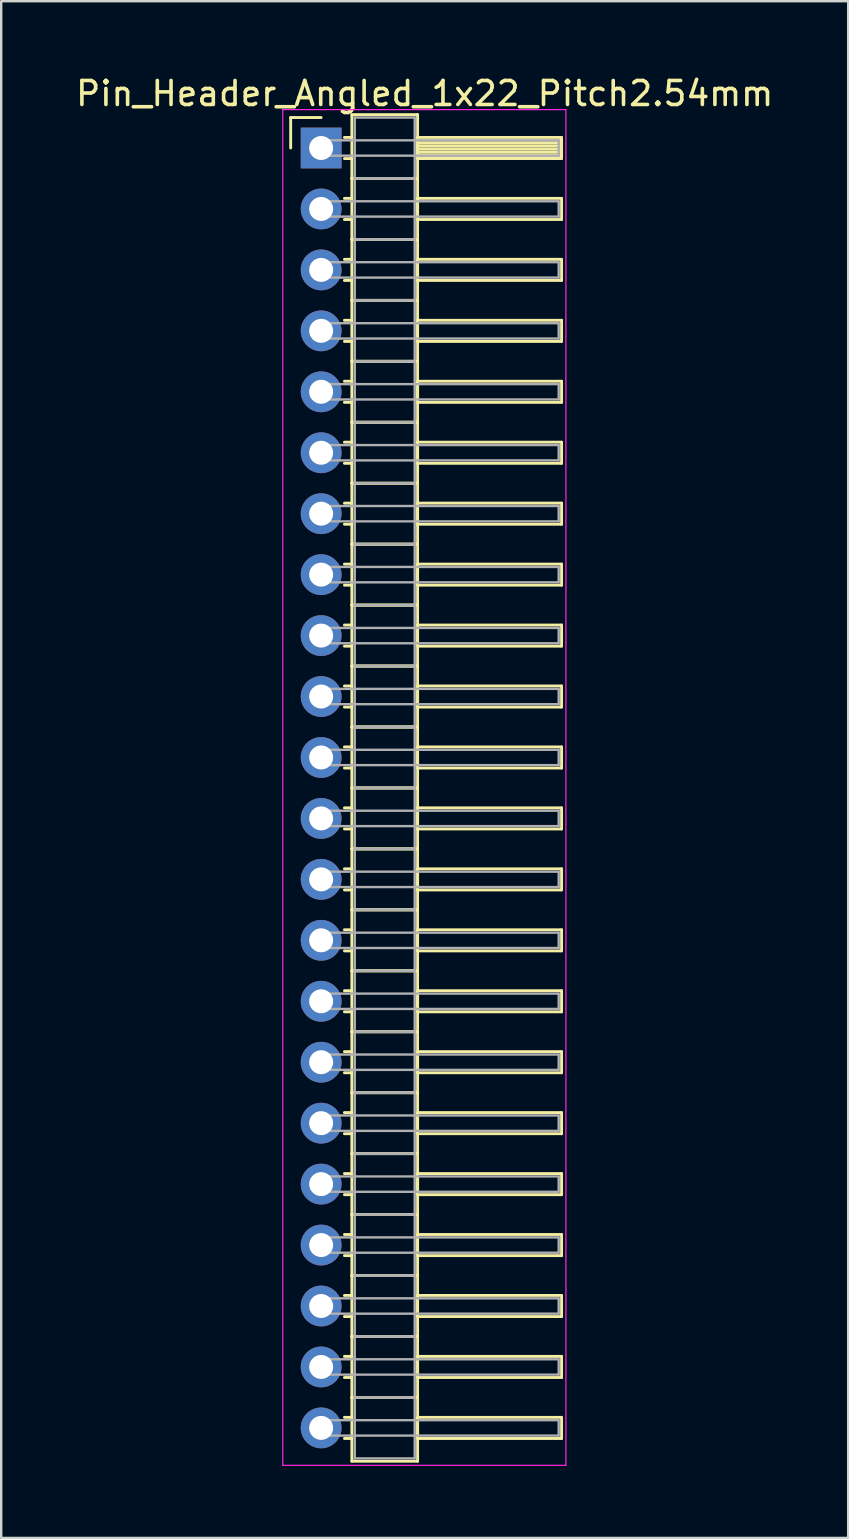
<source format=kicad_pcb>
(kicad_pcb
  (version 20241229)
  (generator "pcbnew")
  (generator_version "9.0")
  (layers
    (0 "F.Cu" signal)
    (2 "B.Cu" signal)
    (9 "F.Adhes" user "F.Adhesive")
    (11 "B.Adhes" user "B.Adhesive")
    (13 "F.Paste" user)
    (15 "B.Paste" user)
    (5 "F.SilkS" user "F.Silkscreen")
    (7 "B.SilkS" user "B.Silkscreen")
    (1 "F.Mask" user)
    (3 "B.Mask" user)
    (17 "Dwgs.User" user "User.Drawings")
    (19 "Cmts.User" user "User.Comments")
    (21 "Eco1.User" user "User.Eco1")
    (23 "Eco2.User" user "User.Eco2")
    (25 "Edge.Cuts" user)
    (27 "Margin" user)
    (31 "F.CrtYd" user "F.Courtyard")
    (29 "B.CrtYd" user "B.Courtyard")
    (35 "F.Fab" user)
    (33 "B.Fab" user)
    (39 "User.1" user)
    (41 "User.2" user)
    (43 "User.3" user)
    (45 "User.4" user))
  (footprint "Pin_Header_Angled_1x22_Pitch2.54mm"
    (layer "F.Cu")
    (at 10.334 3.118)
    (property "Reference" "Pin_Header_Angled_1x22_Pitch2.54mm" (at 4.315 -2.27 0) (layer "F.SilkS") (effects (font (size 1 1) (thickness 0.15))))
    (attr through_hole)
    (fp_line (start -1.27 -1.27) (end 0 -1.27) (stroke (width 0.12) (type solid)) (layer "F.SilkS"))
    (fp_line (start -1.27 0) (end -1.27 -1.27) (stroke (width 0.12) (type solid)) (layer "F.SilkS"))
    (fp_line (start 0.97 -0.44) (end 1.28 -0.44) (stroke (width 0.12) (type solid)) (layer "F.SilkS"))
    (fp_line (start 0.97 0.44) (end 1.28 0.44) (stroke (width 0.12) (type solid)) (layer "F.SilkS"))
    (fp_line (start 0.97 2.1) (end 1.28 2.1) (stroke (width 0.12) (type solid)) (layer "F.SilkS"))
    (fp_line (start 0.97 2.98) (end 1.28 2.98) (stroke (width 0.12) (type solid)) (layer "F.SilkS"))
    (fp_line (start 0.97 4.64) (end 1.28 4.64) (stroke (width 0.12) (type solid)) (layer "F.SilkS"))
    (fp_line (start 0.97 5.52) (end 1.28 5.52) (stroke (width 0.12) (type solid)) (layer "F.SilkS"))
    (fp_line (start 0.97 7.18) (end 1.28 7.18) (stroke (width 0.12) (type solid)) (layer "F.SilkS"))
    (fp_line (start 0.97 8.06) (end 1.28 8.06) (stroke (width 0.12) (type solid)) (layer "F.SilkS"))
    (fp_line (start 0.97 9.72) (end 1.28 9.72) (stroke (width 0.12) (type solid)) (layer "F.SilkS"))
    (fp_line (start 0.97 10.6) (end 1.28 10.6) (stroke (width 0.12) (type solid)) (layer "F.SilkS"))
    (fp_line (start 0.97 12.26) (end 1.28 12.26) (stroke (width 0.12) (type solid)) (layer "F.SilkS"))
    (fp_line (start 0.97 13.14) (end 1.28 13.14) (stroke (width 0.12) (type solid)) (layer "F.SilkS"))
    (fp_line (start 0.97 14.8) (end 1.28 14.8) (stroke (width 0.12) (type solid)) (layer "F.SilkS"))
    (fp_line (start 0.97 15.68) (end 1.28 15.68) (stroke (width 0.12) (type solid)) (layer "F.SilkS"))
    (fp_line (start 0.97 17.34) (end 1.28 17.34) (stroke (width 0.12) (type solid)) (layer "F.SilkS"))
    (fp_line (start 0.97 18.22) (end 1.28 18.22) (stroke (width 0.12) (type solid)) (layer "F.SilkS"))
    (fp_line (start 0.97 19.88) (end 1.28 19.88) (stroke (width 0.12) (type solid)) (layer "F.SilkS"))
    (fp_line (start 0.97 20.76) (end 1.28 20.76) (stroke (width 0.12) (type solid)) (layer "F.SilkS"))
    (fp_line (start 0.97 22.42) (end 1.28 22.42) (stroke (width 0.12) (type solid)) (layer "F.SilkS"))
    (fp_line (start 0.97 23.3) (end 1.28 23.3) (stroke (width 0.12) (type solid)) (layer "F.SilkS"))
    (fp_line (start 0.97 24.96) (end 1.28 24.96) (stroke (width 0.12) (type solid)) (layer "F.SilkS"))
    (fp_line (start 0.97 25.84) (end 1.28 25.84) (stroke (width 0.12) (type solid)) (layer "F.SilkS"))
    (fp_line (start 0.97 27.5) (end 1.28 27.5) (stroke (width 0.12) (type solid)) (layer "F.SilkS"))
    (fp_line (start 0.97 28.38) (end 1.28 28.38) (stroke (width 0.12) (type solid)) (layer "F.SilkS"))
    (fp_line (start 0.97 30.04) (end 1.28 30.04) (stroke (width 0.12) (type solid)) (layer "F.SilkS"))
    (fp_line (start 0.97 30.92) (end 1.28 30.92) (stroke (width 0.12) (type solid)) (layer "F.SilkS"))
    (fp_line (start 0.97 32.58) (end 1.28 32.58) (stroke (width 0.12) (type solid)) (layer "F.SilkS"))
    (fp_line (start 0.97 33.46) (end 1.28 33.46) (stroke (width 0.12) (type solid)) (layer "F.SilkS"))
    (fp_line (start 0.97 35.12) (end 1.28 35.12) (stroke (width 0.12) (type solid)) (layer "F.SilkS"))
    (fp_line (start 0.97 36) (end 1.28 36) (stroke (width 0.12) (type solid)) (layer "F.SilkS"))
    (fp_line (start 0.97 37.66) (end 1.28 37.66) (stroke (width 0.12) (type solid)) (layer "F.SilkS"))
    (fp_line (start 0.97 38.54) (end 1.28 38.54) (stroke (width 0.12) (type solid)) (layer "F.SilkS"))
    (fp_line (start 0.97 40.2) (end 1.28 40.2) (stroke (width 0.12) (type solid)) (layer "F.SilkS"))
    (fp_line (start 0.97 41.08) (end 1.28 41.08) (stroke (width 0.12) (type solid)) (layer "F.SilkS"))
    (fp_line (start 0.97 42.74) (end 1.28 42.74) (stroke (width 0.12) (type solid)) (layer "F.SilkS"))
    (fp_line (start 0.97 43.62) (end 1.28 43.62) (stroke (width 0.12) (type solid)) (layer "F.SilkS"))
    (fp_line (start 0.97 45.28) (end 1.28 45.28) (stroke (width 0.12) (type solid)) (layer "F.SilkS"))
    (fp_line (start 0.97 46.16) (end 1.28 46.16) (stroke (width 0.12) (type solid)) (layer "F.SilkS"))
    (fp_line (start 0.97 47.82) (end 1.28 47.82) (stroke (width 0.12) (type solid)) (layer "F.SilkS"))
    (fp_line (start 0.97 48.7) (end 1.28 48.7) (stroke (width 0.12) (type solid)) (layer "F.SilkS"))
    (fp_line (start 0.97 50.36) (end 1.28 50.36) (stroke (width 0.12) (type solid)) (layer "F.SilkS"))
    (fp_line (start 0.97 51.24) (end 1.28 51.24) (stroke (width 0.12) (type solid)) (layer "F.SilkS"))
    (fp_line (start 0.97 52.9) (end 1.28 52.9) (stroke (width 0.12) (type solid)) (layer "F.SilkS"))
    (fp_line (start 0.97 53.78) (end 1.28 53.78) (stroke (width 0.12) (type solid)) (layer "F.SilkS"))
    (fp_line (start 1.28 -1.39) (end 1.28 1.27) (stroke (width 0.12) (type solid)) (layer "F.SilkS"))
    (fp_line (start 1.28 1.27) (end 1.28 3.81) (stroke (width 0.12) (type solid)) (layer "F.SilkS"))
    (fp_line (start 1.28 1.27) (end 4.02 1.27) (stroke (width 0.12) (type solid)) (layer "F.SilkS"))
    (fp_line (start 1.28 3.81) (end 1.28 6.35) (stroke (width 0.12) (type solid)) (layer "F.SilkS"))
    (fp_line (start 1.28 3.81) (end 4.02 3.81) (stroke (width 0.12) (type solid)) (layer "F.SilkS"))
    (fp_line (start 1.28 6.35) (end 1.28 8.89) (stroke (width 0.12) (type solid)) (layer "F.SilkS"))
    (fp_line (start 1.28 6.35) (end 4.02 6.35) (stroke (width 0.12) (type solid)) (layer "F.SilkS"))
    (fp_line (start 1.28 8.89) (end 1.28 11.43) (stroke (width 0.12) (type solid)) (layer "F.SilkS"))
    (fp_line (start 1.28 8.89) (end 4.02 8.89) (stroke (width 0.12) (type solid)) (layer "F.SilkS"))
    (fp_line (start 1.28 11.43) (end 1.28 13.97) (stroke (width 0.12) (type solid)) (layer "F.SilkS"))
    (fp_line (start 1.28 11.43) (end 4.02 11.43) (stroke (width 0.12) (type solid)) (layer "F.SilkS"))
    (fp_line (start 1.28 13.97) (end 1.28 16.51) (stroke (width 0.12) (type solid)) (layer "F.SilkS"))
    (fp_line (start 1.28 13.97) (end 4.02 13.97) (stroke (width 0.12) (type solid)) (layer "F.SilkS"))
    (fp_line (start 1.28 16.51) (end 1.28 19.05) (stroke (width 0.12) (type solid)) (layer "F.SilkS"))
    (fp_line (start 1.28 16.51) (end 4.02 16.51) (stroke (width 0.12) (type solid)) (layer "F.SilkS"))
    (fp_line (start 1.28 19.05) (end 1.28 21.59) (stroke (width 0.12) (type solid)) (layer "F.SilkS"))
    (fp_line (start 1.28 19.05) (end 4.02 19.05) (stroke (width 0.12) (type solid)) (layer "F.SilkS"))
    (fp_line (start 1.28 21.59) (end 1.28 24.13) (stroke (width 0.12) (type solid)) (layer "F.SilkS"))
    (fp_line (start 1.28 21.59) (end 4.02 21.59) (stroke (width 0.12) (type solid)) (layer "F.SilkS"))
    (fp_line (start 1.28 24.13) (end 1.28 26.67) (stroke (width 0.12) (type solid)) (layer "F.SilkS"))
    (fp_line (start 1.28 24.13) (end 4.02 24.13) (stroke (width 0.12) (type solid)) (layer "F.SilkS"))
    (fp_line (start 1.28 26.67) (end 1.28 29.21) (stroke (width 0.12) (type solid)) (layer "F.SilkS"))
    (fp_line (start 1.28 26.67) (end 4.02 26.67) (stroke (width 0.12) (type solid)) (layer "F.SilkS"))
    (fp_line (start 1.28 29.21) (end 1.28 31.75) (stroke (width 0.12) (type solid)) (layer "F.SilkS"))
    (fp_line (start 1.28 29.21) (end 4.02 29.21) (stroke (width 0.12) (type solid)) (layer "F.SilkS"))
    (fp_line (start 1.28 31.75) (end 1.28 34.29) (stroke (width 0.12) (type solid)) (layer "F.SilkS"))
    (fp_line (start 1.28 31.75) (end 4.02 31.75) (stroke (width 0.12) (type solid)) (layer "F.SilkS"))
    (fp_line (start 1.28 34.29) (end 1.28 36.83) (stroke (width 0.12) (type solid)) (layer "F.SilkS"))
    (fp_line (start 1.28 34.29) (end 4.02 34.29) (stroke (width 0.12) (type solid)) (layer "F.SilkS"))
    (fp_line (start 1.28 36.83) (end 1.28 39.37) (stroke (width 0.12) (type solid)) (layer "F.SilkS"))
    (fp_line (start 1.28 36.83) (end 4.02 36.83) (stroke (width 0.12) (type solid)) (layer "F.SilkS"))
    (fp_line (start 1.28 39.37) (end 1.28 41.91) (stroke (width 0.12) (type solid)) (layer "F.SilkS"))
    (fp_line (start 1.28 39.37) (end 4.02 39.37) (stroke (width 0.12) (type solid)) (layer "F.SilkS"))
    (fp_line (start 1.28 41.91) (end 1.28 44.45) (stroke (width 0.12) (type solid)) (layer "F.SilkS"))
    (fp_line (start 1.28 41.91) (end 4.02 41.91) (stroke (width 0.12) (type solid)) (layer "F.SilkS"))
    (fp_line (start 1.28 44.45) (end 1.28 46.99) (stroke (width 0.12) (type solid)) (layer "F.SilkS"))
    (fp_line (start 1.28 44.45) (end 4.02 44.45) (stroke (width 0.12) (type solid)) (layer "F.SilkS"))
    (fp_line (start 1.28 46.99) (end 1.28 49.53) (stroke (width 0.12) (type solid)) (layer "F.SilkS"))
    (fp_line (start 1.28 46.99) (end 4.02 46.99) (stroke (width 0.12) (type solid)) (layer "F.SilkS"))
    (fp_line (start 1.28 49.53) (end 1.28 52.07) (stroke (width 0.12) (type solid)) (layer "F.SilkS"))
    (fp_line (start 1.28 49.53) (end 4.02 49.53) (stroke (width 0.12) (type solid)) (layer "F.SilkS"))
    (fp_line (start 1.28 52.07) (end 1.28 54.73) (stroke (width 0.12) (type solid)) (layer "F.SilkS"))
    (fp_line (start 1.28 52.07) (end 4.02 52.07) (stroke (width 0.12) (type solid)) (layer "F.SilkS"))
    (fp_line (start 1.28 54.73) (end 4.02 54.73) (stroke (width 0.12) (type solid)) (layer "F.SilkS"))
    (fp_line (start 4.02 -1.39) (end 1.28 -1.39) (stroke (width 0.12) (type solid)) (layer "F.SilkS"))
    (fp_line (start 4.02 -0.44) (end 4.02 0.44) (stroke (width 0.12) (type solid)) (layer "F.SilkS"))
    (fp_line (start 4.02 -0.32) (end 10.02 -0.32) (stroke (width 0.12) (type solid)) (layer "F.SilkS"))
    (fp_line (start 4.02 -0.2) (end 10.02 -0.2) (stroke (width 0.12) (type solid)) (layer "F.SilkS"))
    (fp_line (start 4.02 -0.08) (end 10.02 -0.08) (stroke (width 0.12) (type solid)) (layer "F.SilkS"))
    (fp_line (start 4.02 0.04) (end 10.02 0.04) (stroke (width 0.12) (type solid)) (layer "F.SilkS"))
    (fp_line (start 4.02 0.16) (end 10.02 0.16) (stroke (width 0.12) (type solid)) (layer "F.SilkS"))
    (fp_line (start 4.02 0.28) (end 10.02 0.28) (stroke (width 0.12) (type solid)) (layer "F.SilkS"))
    (fp_line (start 4.02 0.4) (end 10.02 0.4) (stroke (width 0.12) (type solid)) (layer "F.SilkS"))
    (fp_line (start 4.02 0.44) (end 10.02 0.44) (stroke (width 0.12) (type solid)) (layer "F.SilkS"))
    (fp_line (start 4.02 1.27) (end 1.28 1.27) (stroke (width 0.12) (type solid)) (layer "F.SilkS"))
    (fp_line (start 4.02 1.27) (end 4.02 -1.39) (stroke (width 0.12) (type solid)) (layer "F.SilkS"))
    (fp_line (start 4.02 2.1) (end 4.02 2.98) (stroke (width 0.12) (type solid)) (layer "F.SilkS"))
    (fp_line (start 4.02 2.98) (end 10.02 2.98) (stroke (width 0.12) (type solid)) (layer "F.SilkS"))
    (fp_line (start 4.02 3.81) (end 1.28 3.81) (stroke (width 0.12) (type solid)) (layer "F.SilkS"))
    (fp_line (start 4.02 3.81) (end 4.02 1.27) (stroke (width 0.12) (type solid)) (layer "F.SilkS"))
    (fp_line (start 4.02 4.64) (end 4.02 5.52) (stroke (width 0.12) (type solid)) (layer "F.SilkS"))
    (fp_line (start 4.02 5.52) (end 10.02 5.52) (stroke (width 0.12) (type solid)) (layer "F.SilkS"))
    (fp_line (start 4.02 6.35) (end 1.28 6.35) (stroke (width 0.12) (type solid)) (layer "F.SilkS"))
    (fp_line (start 4.02 6.35) (end 4.02 3.81) (stroke (width 0.12) (type solid)) (layer "F.SilkS"))
    (fp_line (start 4.02 7.18) (end 4.02 8.06) (stroke (width 0.12) (type solid)) (layer "F.SilkS"))
    (fp_line (start 4.02 8.06) (end 10.02 8.06) (stroke (width 0.12) (type solid)) (layer "F.SilkS"))
    (fp_line (start 4.02 8.89) (end 1.28 8.89) (stroke (width 0.12) (type solid)) (layer "F.SilkS"))
    (fp_line (start 4.02 8.89) (end 4.02 6.35) (stroke (width 0.12) (type solid)) (layer "F.SilkS"))
    (fp_line (start 4.02 9.72) (end 4.02 10.6) (stroke (width 0.12) (type solid)) (layer "F.SilkS"))
    (fp_line (start 4.02 10.6) (end 10.02 10.6) (stroke (width 0.12) (type solid)) (layer "F.SilkS"))
    (fp_line (start 4.02 11.43) (end 1.28 11.43) (stroke (width 0.12) (type solid)) (layer "F.SilkS"))
    (fp_line (start 4.02 11.43) (end 4.02 8.89) (stroke (width 0.12) (type solid)) (layer "F.SilkS"))
    (fp_line (start 4.02 12.26) (end 4.02 13.14) (stroke (width 0.12) (type solid)) (layer "F.SilkS"))
    (fp_line (start 4.02 13.14) (end 10.02 13.14) (stroke (width 0.12) (type solid)) (layer "F.SilkS"))
    (fp_line (start 4.02 13.97) (end 1.28 13.97) (stroke (width 0.12) (type solid)) (layer "F.SilkS"))
    (fp_line (start 4.02 13.97) (end 4.02 11.43) (stroke (width 0.12) (type solid)) (layer "F.SilkS"))
    (fp_line (start 4.02 14.8) (end 4.02 15.68) (stroke (width 0.12) (type solid)) (layer "F.SilkS"))
    (fp_line (start 4.02 15.68) (end 10.02 15.68) (stroke (width 0.12) (type solid)) (layer "F.SilkS"))
    (fp_line (start 4.02 16.51) (end 1.28 16.51) (stroke (width 0.12) (type solid)) (layer "F.SilkS"))
    (fp_line (start 4.02 16.51) (end 4.02 13.97) (stroke (width 0.12) (type solid)) (layer "F.SilkS"))
    (fp_line (start 4.02 17.34) (end 4.02 18.22) (stroke (width 0.12) (type solid)) (layer "F.SilkS"))
    (fp_line (start 4.02 18.22) (end 10.02 18.22) (stroke (width 0.12) (type solid)) (layer "F.SilkS"))
    (fp_line (start 4.02 19.05) (end 1.28 19.05) (stroke (width 0.12) (type solid)) (layer "F.SilkS"))
    (fp_line (start 4.02 19.05) (end 4.02 16.51) (stroke (width 0.12) (type solid)) (layer "F.SilkS"))
    (fp_line (start 4.02 19.88) (end 4.02 20.76) (stroke (width 0.12) (type solid)) (layer "F.SilkS"))
    (fp_line (start 4.02 20.76) (end 10.02 20.76) (stroke (width 0.12) (type solid)) (layer "F.SilkS"))
    (fp_line (start 4.02 21.59) (end 1.28 21.59) (stroke (width 0.12) (type solid)) (layer "F.SilkS"))
    (fp_line (start 4.02 21.59) (end 4.02 19.05) (stroke (width 0.12) (type solid)) (layer "F.SilkS"))
    (fp_line (start 4.02 22.42) (end 4.02 23.3) (stroke (width 0.12) (type solid)) (layer "F.SilkS"))
    (fp_line (start 4.02 23.3) (end 10.02 23.3) (stroke (width 0.12) (type solid)) (layer "F.SilkS"))
    (fp_line (start 4.02 24.13) (end 1.28 24.13) (stroke (width 0.12) (type solid)) (layer "F.SilkS"))
    (fp_line (start 4.02 24.13) (end 4.02 21.59) (stroke (width 0.12) (type solid)) (layer "F.SilkS"))
    (fp_line (start 4.02 24.96) (end 4.02 25.84) (stroke (width 0.12) (type solid)) (layer "F.SilkS"))
    (fp_line (start 4.02 25.84) (end 10.02 25.84) (stroke (width 0.12) (type solid)) (layer "F.SilkS"))
    (fp_line (start 4.02 26.67) (end 1.28 26.67) (stroke (width 0.12) (type solid)) (layer "F.SilkS"))
    (fp_line (start 4.02 26.67) (end 4.02 24.13) (stroke (width 0.12) (type solid)) (layer "F.SilkS"))
    (fp_line (start 4.02 27.5) (end 4.02 28.38) (stroke (width 0.12) (type solid)) (layer "F.SilkS"))
    (fp_line (start 4.02 28.38) (end 10.02 28.38) (stroke (width 0.12) (type solid)) (layer "F.SilkS"))
    (fp_line (start 4.02 29.21) (end 1.28 29.21) (stroke (width 0.12) (type solid)) (layer "F.SilkS"))
    (fp_line (start 4.02 29.21) (end 4.02 26.67) (stroke (width 0.12) (type solid)) (layer "F.SilkS"))
    (fp_line (start 4.02 30.04) (end 4.02 30.92) (stroke (width 0.12) (type solid)) (layer "F.SilkS"))
    (fp_line (start 4.02 30.92) (end 10.02 30.92) (stroke (width 0.12) (type solid)) (layer "F.SilkS"))
    (fp_line (start 4.02 31.75) (end 1.28 31.75) (stroke (width 0.12) (type solid)) (layer "F.SilkS"))
    (fp_line (start 4.02 31.75) (end 4.02 29.21) (stroke (width 0.12) (type solid)) (layer "F.SilkS"))
    (fp_line (start 4.02 32.58) (end 4.02 33.46) (stroke (width 0.12) (type solid)) (layer "F.SilkS"))
    (fp_line (start 4.02 33.46) (end 10.02 33.46) (stroke (width 0.12) (type solid)) (layer "F.SilkS"))
    (fp_line (start 4.02 34.29) (end 1.28 34.29) (stroke (width 0.12) (type solid)) (layer "F.SilkS"))
    (fp_line (start 4.02 34.29) (end 4.02 31.75) (stroke (width 0.12) (type solid)) (layer "F.SilkS"))
    (fp_line (start 4.02 35.12) (end 4.02 36) (stroke (width 0.12) (type solid)) (layer "F.SilkS"))
    (fp_line (start 4.02 36) (end 10.02 36) (stroke (width 0.12) (type solid)) (layer "F.SilkS"))
    (fp_line (start 4.02 36.83) (end 1.28 36.83) (stroke (width 0.12) (type solid)) (layer "F.SilkS"))
    (fp_line (start 4.02 36.83) (end 4.02 34.29) (stroke (width 0.12) (type solid)) (layer "F.SilkS"))
    (fp_line (start 4.02 37.66) (end 4.02 38.54) (stroke (width 0.12) (type solid)) (layer "F.SilkS"))
    (fp_line (start 4.02 38.54) (end 10.02 38.54) (stroke (width 0.12) (type solid)) (layer "F.SilkS"))
    (fp_line (start 4.02 39.37) (end 1.28 39.37) (stroke (width 0.12) (type solid)) (layer "F.SilkS"))
    (fp_line (start 4.02 39.37) (end 4.02 36.83) (stroke (width 0.12) (type solid)) (layer "F.SilkS"))
    (fp_line (start 4.02 40.2) (end 4.02 41.08) (stroke (width 0.12) (type solid)) (layer "F.SilkS"))
    (fp_line (start 4.02 41.08) (end 10.02 41.08) (stroke (width 0.12) (type solid)) (layer "F.SilkS"))
    (fp_line (start 4.02 41.91) (end 1.28 41.91) (stroke (width 0.12) (type solid)) (layer "F.SilkS"))
    (fp_line (start 4.02 41.91) (end 4.02 39.37) (stroke (width 0.12) (type solid)) (layer "F.SilkS"))
    (fp_line (start 4.02 42.74) (end 4.02 43.62) (stroke (width 0.12) (type solid)) (layer "F.SilkS"))
    (fp_line (start 4.02 43.62) (end 10.02 43.62) (stroke (width 0.12) (type solid)) (layer "F.SilkS"))
    (fp_line (start 4.02 44.45) (end 1.28 44.45) (stroke (width 0.12) (type solid)) (layer "F.SilkS"))
    (fp_line (start 4.02 44.45) (end 4.02 41.91) (stroke (width 0.12) (type solid)) (layer "F.SilkS"))
    (fp_line (start 4.02 45.28) (end 4.02 46.16) (stroke (width 0.12) (type solid)) (layer "F.SilkS"))
    (fp_line (start 4.02 46.16) (end 10.02 46.16) (stroke (width 0.12) (type solid)) (layer "F.SilkS"))
    (fp_line (start 4.02 46.99) (end 1.28 46.99) (stroke (width 0.12) (type solid)) (layer "F.SilkS"))
    (fp_line (start 4.02 46.99) (end 4.02 44.45) (stroke (width 0.12) (type solid)) (layer "F.SilkS"))
    (fp_line (start 4.02 47.82) (end 4.02 48.7) (stroke (width 0.12) (type solid)) (layer "F.SilkS"))
    (fp_line (start 4.02 48.7) (end 10.02 48.7) (stroke (width 0.12) (type solid)) (layer "F.SilkS"))
    (fp_line (start 4.02 49.53) (end 1.28 49.53) (stroke (width 0.12) (type solid)) (layer "F.SilkS"))
    (fp_line (start 4.02 49.53) (end 4.02 46.99) (stroke (width 0.12) (type solid)) (layer "F.SilkS"))
    (fp_line (start 4.02 50.36) (end 4.02 51.24) (stroke (width 0.12) (type solid)) (layer "F.SilkS"))
    (fp_line (start 4.02 51.24) (end 10.02 51.24) (stroke (width 0.12) (type solid)) (layer "F.SilkS"))
    (fp_line (start 4.02 52.07) (end 1.28 52.07) (stroke (width 0.12) (type solid)) (layer "F.SilkS"))
    (fp_line (start 4.02 52.07) (end 4.02 49.53) (stroke (width 0.12) (type solid)) (layer "F.SilkS"))
    (fp_line (start 4.02 52.9) (end 4.02 53.78) (stroke (width 0.12) (type solid)) (layer "F.SilkS"))
    (fp_line (start 4.02 53.78) (end 10.02 53.78) (stroke (width 0.12) (type solid)) (layer "F.SilkS"))
    (fp_line (start 4.02 54.73) (end 4.02 52.07) (stroke (width 0.12) (type solid)) (layer "F.SilkS"))
    (fp_line (start 10.02 -0.44) (end 4.02 -0.44) (stroke (width 0.12) (type solid)) (layer "F.SilkS"))
    (fp_line (start 10.02 0.44) (end 10.02 -0.44) (stroke (width 0.12) (type solid)) (layer "F.SilkS"))
    (fp_line (start 10.02 2.1) (end 4.02 2.1) (stroke (width 0.12) (type solid)) (layer "F.SilkS"))
    (fp_line (start 10.02 2.98) (end 10.02 2.1) (stroke (width 0.12) (type solid)) (layer "F.SilkS"))
    (fp_line (start 10.02 4.64) (end 4.02 4.64) (stroke (width 0.12) (type solid)) (layer "F.SilkS"))
    (fp_line (start 10.02 5.52) (end 10.02 4.64) (stroke (width 0.12) (type solid)) (layer "F.SilkS"))
    (fp_line (start 10.02 7.18) (end 4.02 7.18) (stroke (width 0.12) (type solid)) (layer "F.SilkS"))
    (fp_line (start 10.02 8.06) (end 10.02 7.18) (stroke (width 0.12) (type solid)) (layer "F.SilkS"))
    (fp_line (start 10.02 9.72) (end 4.02 9.72) (stroke (width 0.12) (type solid)) (layer "F.SilkS"))
    (fp_line (start 10.02 10.6) (end 10.02 9.72) (stroke (width 0.12) (type solid)) (layer "F.SilkS"))
    (fp_line (start 10.02 12.26) (end 4.02 12.26) (stroke (width 0.12) (type solid)) (layer "F.SilkS"))
    (fp_line (start 10.02 13.14) (end 10.02 12.26) (stroke (width 0.12) (type solid)) (layer "F.SilkS"))
    (fp_line (start 10.02 14.8) (end 4.02 14.8) (stroke (width 0.12) (type solid)) (layer "F.SilkS"))
    (fp_line (start 10.02 15.68) (end 10.02 14.8) (stroke (width 0.12) (type solid)) (layer "F.SilkS"))
    (fp_line (start 10.02 17.34) (end 4.02 17.34) (stroke (width 0.12) (type solid)) (layer "F.SilkS"))
    (fp_line (start 10.02 18.22) (end 10.02 17.34) (stroke (width 0.12) (type solid)) (layer "F.SilkS"))
    (fp_line (start 10.02 19.88) (end 4.02 19.88) (stroke (width 0.12) (type solid)) (layer "F.SilkS"))
    (fp_line (start 10.02 20.76) (end 10.02 19.88) (stroke (width 0.12) (type solid)) (layer "F.SilkS"))
    (fp_line (start 10.02 22.42) (end 4.02 22.42) (stroke (width 0.12) (type solid)) (layer "F.SilkS"))
    (fp_line (start 10.02 23.3) (end 10.02 22.42) (stroke (width 0.12) (type solid)) (layer "F.SilkS"))
    (fp_line (start 10.02 24.96) (end 4.02 24.96) (stroke (width 0.12) (type solid)) (layer "F.SilkS"))
    (fp_line (start 10.02 25.84) (end 10.02 24.96) (stroke (width 0.12) (type solid)) (layer "F.SilkS"))
    (fp_line (start 10.02 27.5) (end 4.02 27.5) (stroke (width 0.12) (type solid)) (layer "F.SilkS"))
    (fp_line (start 10.02 28.38) (end 10.02 27.5) (stroke (width 0.12) (type solid)) (layer "F.SilkS"))
    (fp_line (start 10.02 30.04) (end 4.02 30.04) (stroke (width 0.12) (type solid)) (layer "F.SilkS"))
    (fp_line (start 10.02 30.92) (end 10.02 30.04) (stroke (width 0.12) (type solid)) (layer "F.SilkS"))
    (fp_line (start 10.02 32.58) (end 4.02 32.58) (stroke (width 0.12) (type solid)) (layer "F.SilkS"))
    (fp_line (start 10.02 33.46) (end 10.02 32.58) (stroke (width 0.12) (type solid)) (layer "F.SilkS"))
    (fp_line (start 10.02 35.12) (end 4.02 35.12) (stroke (width 0.12) (type solid)) (layer "F.SilkS"))
    (fp_line (start 10.02 36) (end 10.02 35.12) (stroke (width 0.12) (type solid)) (layer "F.SilkS"))
    (fp_line (start 10.02 37.66) (end 4.02 37.66) (stroke (width 0.12) (type solid)) (layer "F.SilkS"))
    (fp_line (start 10.02 38.54) (end 10.02 37.66) (stroke (width 0.12) (type solid)) (layer "F.SilkS"))
    (fp_line (start 10.02 40.2) (end 4.02 40.2) (stroke (width 0.12) (type solid)) (layer "F.SilkS"))
    (fp_line (start 10.02 41.08) (end 10.02 40.2) (stroke (width 0.12) (type solid)) (layer "F.SilkS"))
    (fp_line (start 10.02 42.74) (end 4.02 42.74) (stroke (width 0.12) (type solid)) (layer "F.SilkS"))
    (fp_line (start 10.02 43.62) (end 10.02 42.74) (stroke (width 0.12) (type solid)) (layer "F.SilkS"))
    (fp_line (start 10.02 45.28) (end 4.02 45.28) (stroke (width 0.12) (type solid)) (layer "F.SilkS"))
    (fp_line (start 10.02 46.16) (end 10.02 45.28) (stroke (width 0.12) (type solid)) (layer "F.SilkS"))
    (fp_line (start 10.02 47.82) (end 4.02 47.82) (stroke (width 0.12) (type solid)) (layer "F.SilkS"))
    (fp_line (start 10.02 48.7) (end 10.02 47.82) (stroke (width 0.12) (type solid)) (layer "F.SilkS"))
    (fp_line (start 10.02 50.36) (end 4.02 50.36) (stroke (width 0.12) (type solid)) (layer "F.SilkS"))
    (fp_line (start 10.02 51.24) (end 10.02 50.36) (stroke (width 0.12) (type solid)) (layer "F.SilkS"))
    (fp_line (start 10.02 52.9) (end 4.02 52.9) (stroke (width 0.12) (type solid)) (layer "F.SilkS"))
    (fp_line (start 10.02 53.78) (end 10.02 52.9) (stroke (width 0.12) (type solid)) (layer "F.SilkS"))
    (fp_line (start -1.6 -1.6) (end -1.6 54.9) (stroke (width 0.05) (type solid)) (layer "F.CrtYd"))
    (fp_line (start -1.6 54.9) (end 10.2 54.9) (stroke (width 0.05) (type solid)) (layer "F.CrtYd"))
    (fp_line (start 10.2 -1.6) (end -1.6 -1.6) (stroke (width 0.05) (type solid)) (layer "F.CrtYd"))
    (fp_line (start 10.2 54.9) (end 10.2 -1.6) (stroke (width 0.05) (type solid)) (layer "F.CrtYd"))
    (fp_line (start 0 -0.32) (end 0 0.32) (stroke (width 0.1) (type solid)) (layer "F.Fab"))
    (fp_line (start 0 0.32) (end 9.9 0.32) (stroke (width 0.1) (type solid)) (layer "F.Fab"))
    (fp_line (start 0 2.22) (end 0 2.86) (stroke (width 0.1) (type solid)) (layer "F.Fab"))
    (fp_line (start 0 2.86) (end 9.9 2.86) (stroke (width 0.1) (type solid)) (layer "F.Fab"))
    (fp_line (start 0 4.76) (end 0 5.4) (stroke (width 0.1) (type solid)) (layer "F.Fab"))
    (fp_line (start 0 5.4) (end 9.9 5.4) (stroke (width 0.1) (type solid)) (layer "F.Fab"))
    (fp_line (start 0 7.3) (end 0 7.94) (stroke (width 0.1) (type solid)) (layer "F.Fab"))
    (fp_line (start 0 7.94) (end 9.9 7.94) (stroke (width 0.1) (type solid)) (layer "F.Fab"))
    (fp_line (start 0 9.84) (end 0 10.48) (stroke (width 0.1) (type solid)) (layer "F.Fab"))
    (fp_line (start 0 10.48) (end 9.9 10.48) (stroke (width 0.1) (type solid)) (layer "F.Fab"))
    (fp_line (start 0 12.38) (end 0 13.02) (stroke (width 0.1) (type solid)) (layer "F.Fab"))
    (fp_line (start 0 13.02) (end 9.9 13.02) (stroke (width 0.1) (type solid)) (layer "F.Fab"))
    (fp_line (start 0 14.92) (end 0 15.56) (stroke (width 0.1) (type solid)) (layer "F.Fab"))
    (fp_line (start 0 15.56) (end 9.9 15.56) (stroke (width 0.1) (type solid)) (layer "F.Fab"))
    (fp_line (start 0 17.46) (end 0 18.1) (stroke (width 0.1) (type solid)) (layer "F.Fab"))
    (fp_line (start 0 18.1) (end 9.9 18.1) (stroke (width 0.1) (type solid)) (layer "F.Fab"))
    (fp_line (start 0 20) (end 0 20.64) (stroke (width 0.1) (type solid)) (layer "F.Fab"))
    (fp_line (start 0 20.64) (end 9.9 20.64) (stroke (width 0.1) (type solid)) (layer "F.Fab"))
    (fp_line (start 0 22.54) (end 0 23.18) (stroke (width 0.1) (type solid)) (layer "F.Fab"))
    (fp_line (start 0 23.18) (end 9.9 23.18) (stroke (width 0.1) (type solid)) (layer "F.Fab"))
    (fp_line (start 0 25.08) (end 0 25.72) (stroke (width 0.1) (type solid)) (layer "F.Fab"))
    (fp_line (start 0 25.72) (end 9.9 25.72) (stroke (width 0.1) (type solid)) (layer "F.Fab"))
    (fp_line (start 0 27.62) (end 0 28.26) (stroke (width 0.1) (type solid)) (layer "F.Fab"))
    (fp_line (start 0 28.26) (end 9.9 28.26) (stroke (width 0.1) (type solid)) (layer "F.Fab"))
    (fp_line (start 0 30.16) (end 0 30.8) (stroke (width 0.1) (type solid)) (layer "F.Fab"))
    (fp_line (start 0 30.8) (end 9.9 30.8) (stroke (width 0.1) (type solid)) (layer "F.Fab"))
    (fp_line (start 0 32.7) (end 0 33.34) (stroke (width 0.1) (type solid)) (layer "F.Fab"))
    (fp_line (start 0 33.34) (end 9.9 33.34) (stroke (width 0.1) (type solid)) (layer "F.Fab"))
    (fp_line (start 0 35.24) (end 0 35.88) (stroke (width 0.1) (type solid)) (layer "F.Fab"))
    (fp_line (start 0 35.88) (end 9.9 35.88) (stroke (width 0.1) (type solid)) (layer "F.Fab"))
    (fp_line (start 0 37.78) (end 0 38.42) (stroke (width 0.1) (type solid)) (layer "F.Fab"))
    (fp_line (start 0 38.42) (end 9.9 38.42) (stroke (width 0.1) (type solid)) (layer "F.Fab"))
    (fp_line (start 0 40.32) (end 0 40.96) (stroke (width 0.1) (type solid)) (layer "F.Fab"))
    (fp_line (start 0 40.96) (end 9.9 40.96) (stroke (width 0.1) (type solid)) (layer "F.Fab"))
    (fp_line (start 0 42.86) (end 0 43.5) (stroke (width 0.1) (type solid)) (layer "F.Fab"))
    (fp_line (start 0 43.5) (end 9.9 43.5) (stroke (width 0.1) (type solid)) (layer "F.Fab"))
    (fp_line (start 0 45.4) (end 0 46.04) (stroke (width 0.1) (type solid)) (layer "F.Fab"))
    (fp_line (start 0 46.04) (end 9.9 46.04) (stroke (width 0.1) (type solid)) (layer "F.Fab"))
    (fp_line (start 0 47.94) (end 0 48.58) (stroke (width 0.1) (type solid)) (layer "F.Fab"))
    (fp_line (start 0 48.58) (end 9.9 48.58) (stroke (width 0.1) (type solid)) (layer "F.Fab"))
    (fp_line (start 0 50.48) (end 0 51.12) (stroke (width 0.1) (type solid)) (layer "F.Fab"))
    (fp_line (start 0 51.12) (end 9.9 51.12) (stroke (width 0.1) (type solid)) (layer "F.Fab"))
    (fp_line (start 0 53.02) (end 0 53.66) (stroke (width 0.1) (type solid)) (layer "F.Fab"))
    (fp_line (start 0 53.66) (end 9.9 53.66) (stroke (width 0.1) (type solid)) (layer "F.Fab"))
    (fp_line (start 1.4 -1.27) (end 1.4 1.27) (stroke (width 0.1) (type solid)) (layer "F.Fab"))
    (fp_line (start 1.4 1.27) (end 1.4 3.81) (stroke (width 0.1) (type solid)) (layer "F.Fab"))
    (fp_line (start 1.4 1.27) (end 3.9 1.27) (stroke (width 0.1) (type solid)) (layer "F.Fab"))
    (fp_line (start 1.4 3.81) (end 1.4 6.35) (stroke (width 0.1) (type solid)) (layer "F.Fab"))
    (fp_line (start 1.4 3.81) (end 3.9 3.81) (stroke (width 0.1) (type solid)) (layer "F.Fab"))
    (fp_line (start 1.4 6.35) (end 1.4 8.89) (stroke (width 0.1) (type solid)) (layer "F.Fab"))
    (fp_line (start 1.4 6.35) (end 3.9 6.35) (stroke (width 0.1) (type solid)) (layer "F.Fab"))
    (fp_line (start 1.4 8.89) (end 1.4 11.43) (stroke (width 0.1) (type solid)) (layer "F.Fab"))
    (fp_line (start 1.4 8.89) (end 3.9 8.89) (stroke (width 0.1) (type solid)) (layer "F.Fab"))
    (fp_line (start 1.4 11.43) (end 1.4 13.97) (stroke (width 0.1) (type solid)) (layer "F.Fab"))
    (fp_line (start 1.4 11.43) (end 3.9 11.43) (stroke (width 0.1) (type solid)) (layer "F.Fab"))
    (fp_line (start 1.4 13.97) (end 1.4 16.51) (stroke (width 0.1) (type solid)) (layer "F.Fab"))
    (fp_line (start 1.4 13.97) (end 3.9 13.97) (stroke (width 0.1) (type solid)) (layer "F.Fab"))
    (fp_line (start 1.4 16.51) (end 1.4 19.05) (stroke (width 0.1) (type solid)) (layer "F.Fab"))
    (fp_line (start 1.4 16.51) (end 3.9 16.51) (stroke (width 0.1) (type solid)) (layer "F.Fab"))
    (fp_line (start 1.4 19.05) (end 1.4 21.59) (stroke (width 0.1) (type solid)) (layer "F.Fab"))
    (fp_line (start 1.4 19.05) (end 3.9 19.05) (stroke (width 0.1) (type solid)) (layer "F.Fab"))
    (fp_line (start 1.4 21.59) (end 1.4 24.13) (stroke (width 0.1) (type solid)) (layer "F.Fab"))
    (fp_line (start 1.4 21.59) (end 3.9 21.59) (stroke (width 0.1) (type solid)) (layer "F.Fab"))
    (fp_line (start 1.4 24.13) (end 1.4 26.67) (stroke (width 0.1) (type solid)) (layer "F.Fab"))
    (fp_line (start 1.4 24.13) (end 3.9 24.13) (stroke (width 0.1) (type solid)) (layer "F.Fab"))
    (fp_line (start 1.4 26.67) (end 1.4 29.21) (stroke (width 0.1) (type solid)) (layer "F.Fab"))
    (fp_line (start 1.4 26.67) (end 3.9 26.67) (stroke (width 0.1) (type solid)) (layer "F.Fab"))
    (fp_line (start 1.4 29.21) (end 1.4 31.75) (stroke (width 0.1) (type solid)) (layer "F.Fab"))
    (fp_line (start 1.4 29.21) (end 3.9 29.21) (stroke (width 0.1) (type solid)) (layer "F.Fab"))
    (fp_line (start 1.4 31.75) (end 1.4 34.29) (stroke (width 0.1) (type solid)) (layer "F.Fab"))
    (fp_line (start 1.4 31.75) (end 3.9 31.75) (stroke (width 0.1) (type solid)) (layer "F.Fab"))
    (fp_line (start 1.4 34.29) (end 1.4 36.83) (stroke (width 0.1) (type solid)) (layer "F.Fab"))
    (fp_line (start 1.4 34.29) (end 3.9 34.29) (stroke (width 0.1) (type solid)) (layer "F.Fab"))
    (fp_line (start 1.4 36.83) (end 1.4 39.37) (stroke (width 0.1) (type solid)) (layer "F.Fab"))
    (fp_line (start 1.4 36.83) (end 3.9 36.83) (stroke (width 0.1) (type solid)) (layer "F.Fab"))
    (fp_line (start 1.4 39.37) (end 1.4 41.91) (stroke (width 0.1) (type solid)) (layer "F.Fab"))
    (fp_line (start 1.4 39.37) (end 3.9 39.37) (stroke (width 0.1) (type solid)) (layer "F.Fab"))
    (fp_line (start 1.4 41.91) (end 1.4 44.45) (stroke (width 0.1) (type solid)) (layer "F.Fab"))
    (fp_line (start 1.4 41.91) (end 3.9 41.91) (stroke (width 0.1) (type solid)) (layer "F.Fab"))
    (fp_line (start 1.4 44.45) (end 1.4 46.99) (stroke (width 0.1) (type solid)) (layer "F.Fab"))
    (fp_line (start 1.4 44.45) (end 3.9 44.45) (stroke (width 0.1) (type solid)) (layer "F.Fab"))
    (fp_line (start 1.4 46.99) (end 1.4 49.53) (stroke (width 0.1) (type solid)) (layer "F.Fab"))
    (fp_line (start 1.4 46.99) (end 3.9 46.99) (stroke (width 0.1) (type solid)) (layer "F.Fab"))
    (fp_line (start 1.4 49.53) (end 1.4 52.07) (stroke (width 0.1) (type solid)) (layer "F.Fab"))
    (fp_line (start 1.4 49.53) (end 3.9 49.53) (stroke (width 0.1) (type solid)) (layer "F.Fab"))
    (fp_line (start 1.4 52.07) (end 1.4 54.61) (stroke (width 0.1) (type solid)) (layer "F.Fab"))
    (fp_line (start 1.4 52.07) (end 3.9 52.07) (stroke (width 0.1) (type solid)) (layer "F.Fab"))
    (fp_line (start 1.4 54.61) (end 3.9 54.61) (stroke (width 0.1) (type solid)) (layer "F.Fab"))
    (fp_line (start 3.9 -1.27) (end 1.4 -1.27) (stroke (width 0.1) (type solid)) (layer "F.Fab"))
    (fp_line (start 3.9 1.27) (end 1.4 1.27) (stroke (width 0.1) (type solid)) (layer "F.Fab"))
    (fp_line (start 3.9 1.27) (end 3.9 -1.27) (stroke (width 0.1) (type solid)) (layer "F.Fab"))
    (fp_line (start 3.9 3.81) (end 1.4 3.81) (stroke (width 0.1) (type solid)) (layer "F.Fab"))
    (fp_line (start 3.9 3.81) (end 3.9 1.27) (stroke (width 0.1) (type solid)) (layer "F.Fab"))
    (fp_line (start 3.9 6.35) (end 1.4 6.35) (stroke (width 0.1) (type solid)) (layer "F.Fab"))
    (fp_line (start 3.9 6.35) (end 3.9 3.81) (stroke (width 0.1) (type solid)) (layer "F.Fab"))
    (fp_line (start 3.9 8.89) (end 1.4 8.89) (stroke (width 0.1) (type solid)) (layer "F.Fab"))
    (fp_line (start 3.9 8.89) (end 3.9 6.35) (stroke (width 0.1) (type solid)) (layer "F.Fab"))
    (fp_line (start 3.9 11.43) (end 1.4 11.43) (stroke (width 0.1) (type solid)) (layer "F.Fab"))
    (fp_line (start 3.9 11.43) (end 3.9 8.89) (stroke (width 0.1) (type solid)) (layer "F.Fab"))
    (fp_line (start 3.9 13.97) (end 1.4 13.97) (stroke (width 0.1) (type solid)) (layer "F.Fab"))
    (fp_line (start 3.9 13.97) (end 3.9 11.43) (stroke (width 0.1) (type solid)) (layer "F.Fab"))
    (fp_line (start 3.9 16.51) (end 1.4 16.51) (stroke (width 0.1) (type solid)) (layer "F.Fab"))
    (fp_line (start 3.9 16.51) (end 3.9 13.97) (stroke (width 0.1) (type solid)) (layer "F.Fab"))
    (fp_line (start 3.9 19.05) (end 1.4 19.05) (stroke (width 0.1) (type solid)) (layer "F.Fab"))
    (fp_line (start 3.9 19.05) (end 3.9 16.51) (stroke (width 0.1) (type solid)) (layer "F.Fab"))
    (fp_line (start 3.9 21.59) (end 1.4 21.59) (stroke (width 0.1) (type solid)) (layer "F.Fab"))
    (fp_line (start 3.9 21.59) (end 3.9 19.05) (stroke (width 0.1) (type solid)) (layer "F.Fab"))
    (fp_line (start 3.9 24.13) (end 1.4 24.13) (stroke (width 0.1) (type solid)) (layer "F.Fab"))
    (fp_line (start 3.9 24.13) (end 3.9 21.59) (stroke (width 0.1) (type solid)) (layer "F.Fab"))
    (fp_line (start 3.9 26.67) (end 1.4 26.67) (stroke (width 0.1) (type solid)) (layer "F.Fab"))
    (fp_line (start 3.9 26.67) (end 3.9 24.13) (stroke (width 0.1) (type solid)) (layer "F.Fab"))
    (fp_line (start 3.9 29.21) (end 1.4 29.21) (stroke (width 0.1) (type solid)) (layer "F.Fab"))
    (fp_line (start 3.9 29.21) (end 3.9 26.67) (stroke (width 0.1) (type solid)) (layer "F.Fab"))
    (fp_line (start 3.9 31.75) (end 1.4 31.75) (stroke (width 0.1) (type solid)) (layer "F.Fab"))
    (fp_line (start 3.9 31.75) (end 3.9 29.21) (stroke (width 0.1) (type solid)) (layer "F.Fab"))
    (fp_line (start 3.9 34.29) (end 1.4 34.29) (stroke (width 0.1) (type solid)) (layer "F.Fab"))
    (fp_line (start 3.9 34.29) (end 3.9 31.75) (stroke (width 0.1) (type solid)) (layer "F.Fab"))
    (fp_line (start 3.9 36.83) (end 1.4 36.83) (stroke (width 0.1) (type solid)) (layer "F.Fab"))
    (fp_line (start 3.9 36.83) (end 3.9 34.29) (stroke (width 0.1) (type solid)) (layer "F.Fab"))
    (fp_line (start 3.9 39.37) (end 1.4 39.37) (stroke (width 0.1) (type solid)) (layer "F.Fab"))
    (fp_line (start 3.9 39.37) (end 3.9 36.83) (stroke (width 0.1) (type solid)) (layer "F.Fab"))
    (fp_line (start 3.9 41.91) (end 1.4 41.91) (stroke (width 0.1) (type solid)) (layer "F.Fab"))
    (fp_line (start 3.9 41.91) (end 3.9 39.37) (stroke (width 0.1) (type solid)) (layer "F.Fab"))
    (fp_line (start 3.9 44.45) (end 1.4 44.45) (stroke (width 0.1) (type solid)) (layer "F.Fab"))
    (fp_line (start 3.9 44.45) (end 3.9 41.91) (stroke (width 0.1) (type solid)) (layer "F.Fab"))
    (fp_line (start 3.9 46.99) (end 1.4 46.99) (stroke (width 0.1) (type solid)) (layer "F.Fab"))
    (fp_line (start 3.9 46.99) (end 3.9 44.45) (stroke (width 0.1) (type solid)) (layer "F.Fab"))
    (fp_line (start 3.9 49.53) (end 1.4 49.53) (stroke (width 0.1) (type solid)) (layer "F.Fab"))
    (fp_line (start 3.9 49.53) (end 3.9 46.99) (stroke (width 0.1) (type solid)) (layer "F.Fab"))
    (fp_line (start 3.9 52.07) (end 1.4 52.07) (stroke (width 0.1) (type solid)) (layer "F.Fab"))
    (fp_line (start 3.9 52.07) (end 3.9 49.53) (stroke (width 0.1) (type solid)) (layer "F.Fab"))
    (fp_line (start 3.9 54.61) (end 3.9 52.07) (stroke (width 0.1) (type solid)) (layer "F.Fab"))
    (fp_line (start 9.9 -0.32) (end 0 -0.32) (stroke (width 0.1) (type solid)) (layer "F.Fab"))
    (fp_line (start 9.9 0.32) (end 9.9 -0.32) (stroke (width 0.1) (type solid)) (layer "F.Fab"))
    (fp_line (start 9.9 2.22) (end 0 2.22) (stroke (width 0.1) (type solid)) (layer "F.Fab"))
    (fp_line (start 9.9 2.86) (end 9.9 2.22) (stroke (width 0.1) (type solid)) (layer "F.Fab"))
    (fp_line (start 9.9 4.76) (end 0 4.76) (stroke (width 0.1) (type solid)) (layer "F.Fab"))
    (fp_line (start 9.9 5.4) (end 9.9 4.76) (stroke (width 0.1) (type solid)) (layer "F.Fab"))
    (fp_line (start 9.9 7.3) (end 0 7.3) (stroke (width 0.1) (type solid)) (layer "F.Fab"))
    (fp_line (start 9.9 7.94) (end 9.9 7.3) (stroke (width 0.1) (type solid)) (layer "F.Fab"))
    (fp_line (start 9.9 9.84) (end 0 9.84) (stroke (width 0.1) (type solid)) (layer "F.Fab"))
    (fp_line (start 9.9 10.48) (end 9.9 9.84) (stroke (width 0.1) (type solid)) (layer "F.Fab"))
    (fp_line (start 9.9 12.38) (end 0 12.38) (stroke (width 0.1) (type solid)) (layer "F.Fab"))
    (fp_line (start 9.9 13.02) (end 9.9 12.38) (stroke (width 0.1) (type solid)) (layer "F.Fab"))
    (fp_line (start 9.9 14.92) (end 0 14.92) (stroke (width 0.1) (type solid)) (layer "F.Fab"))
    (fp_line (start 9.9 15.56) (end 9.9 14.92) (stroke (width 0.1) (type solid)) (layer "F.Fab"))
    (fp_line (start 9.9 17.46) (end 0 17.46) (stroke (width 0.1) (type solid)) (layer "F.Fab"))
    (fp_line (start 9.9 18.1) (end 9.9 17.46) (stroke (width 0.1) (type solid)) (layer "F.Fab"))
    (fp_line (start 9.9 20) (end 0 20) (stroke (width 0.1) (type solid)) (layer "F.Fab"))
    (fp_line (start 9.9 20.64) (end 9.9 20) (stroke (width 0.1) (type solid)) (layer "F.Fab"))
    (fp_line (start 9.9 22.54) (end 0 22.54) (stroke (width 0.1) (type solid)) (layer "F.Fab"))
    (fp_line (start 9.9 23.18) (end 9.9 22.54) (stroke (width 0.1) (type solid)) (layer "F.Fab"))
    (fp_line (start 9.9 25.08) (end 0 25.08) (stroke (width 0.1) (type solid)) (layer "F.Fab"))
    (fp_line (start 9.9 25.72) (end 9.9 25.08) (stroke (width 0.1) (type solid)) (layer "F.Fab"))
    (fp_line (start 9.9 27.62) (end 0 27.62) (stroke (width 0.1) (type solid)) (layer "F.Fab"))
    (fp_line (start 9.9 28.26) (end 9.9 27.62) (stroke (width 0.1) (type solid)) (layer "F.Fab"))
    (fp_line (start 9.9 30.16) (end 0 30.16) (stroke (width 0.1) (type solid)) (layer "F.Fab"))
    (fp_line (start 9.9 30.8) (end 9.9 30.16) (stroke (width 0.1) (type solid)) (layer "F.Fab"))
    (fp_line (start 9.9 32.7) (end 0 32.7) (stroke (width 0.1) (type solid)) (layer "F.Fab"))
    (fp_line (start 9.9 33.34) (end 9.9 32.7) (stroke (width 0.1) (type solid)) (layer "F.Fab"))
    (fp_line (start 9.9 35.24) (end 0 35.24) (stroke (width 0.1) (type solid)) (layer "F.Fab"))
    (fp_line (start 9.9 35.88) (end 9.9 35.24) (stroke (width 0.1) (type solid)) (layer "F.Fab"))
    (fp_line (start 9.9 37.78) (end 0 37.78) (stroke (width 0.1) (type solid)) (layer "F.Fab"))
    (fp_line (start 9.9 38.42) (end 9.9 37.78) (stroke (width 0.1) (type solid)) (layer "F.Fab"))
    (fp_line (start 9.9 40.32) (end 0 40.32) (stroke (width 0.1) (type solid)) (layer "F.Fab"))
    (fp_line (start 9.9 40.96) (end 9.9 40.32) (stroke (width 0.1) (type solid)) (layer "F.Fab"))
    (fp_line (start 9.9 42.86) (end 0 42.86) (stroke (width 0.1) (type solid)) (layer "F.Fab"))
    (fp_line (start 9.9 43.5) (end 9.9 42.86) (stroke (width 0.1) (type solid)) (layer "F.Fab"))
    (fp_line (start 9.9 45.4) (end 0 45.4) (stroke (width 0.1) (type solid)) (layer "F.Fab"))
    (fp_line (start 9.9 46.04) (end 9.9 45.4) (stroke (width 0.1) (type solid)) (layer "F.Fab"))
    (fp_line (start 9.9 47.94) (end 0 47.94) (stroke (width 0.1) (type solid)) (layer "F.Fab"))
    (fp_line (start 9.9 48.58) (end 9.9 47.94) (stroke (width 0.1) (type solid)) (layer "F.Fab"))
    (fp_line (start 9.9 50.48) (end 0 50.48) (stroke (width 0.1) (type solid)) (layer "F.Fab"))
    (fp_line (start 9.9 51.12) (end 9.9 50.48) (stroke (width 0.1) (type solid)) (layer "F.Fab"))
    (fp_line (start 9.9 53.02) (end 0 53.02) (stroke (width 0.1) (type solid)) (layer "F.Fab"))
    (fp_line (start 9.9 53.66) (end 9.9 53.02) (stroke (width 0.1) (type solid)) (layer "F.Fab"))
    (pad "1" thru_hole rect (at 0 0) (size 1.7 1.7) (drill 1) (layers "*.Cu" "*.Mask"))
    (pad "2" thru_hole oval (at 0 2.54) (size 1.7 1.7) (drill 1) (layers "*.Cu" "*.Mask"))
    (pad "3" thru_hole oval (at 0 5.08) (size 1.7 1.7) (drill 1) (layers "*.Cu" "*.Mask"))
    (pad "4" thru_hole oval (at 0 7.62) (size 1.7 1.7) (drill 1) (layers "*.Cu" "*.Mask"))
    (pad "5" thru_hole oval (at 0 10.16) (size 1.7 1.7) (drill 1) (layers "*.Cu" "*.Mask"))
    (pad "6" thru_hole oval (at 0 12.7) (size 1.7 1.7) (drill 1) (layers "*.Cu" "*.Mask"))
    (pad "7" thru_hole oval (at 0 15.24) (size 1.7 1.7) (drill 1) (layers "*.Cu" "*.Mask"))
    (pad "8" thru_hole oval (at 0 17.78) (size 1.7 1.7) (drill 1) (layers "*.Cu" "*.Mask"))
    (pad "9" thru_hole oval (at 0 20.32) (size 1.7 1.7) (drill 1) (layers "*.Cu" "*.Mask"))
    (pad "10" thru_hole oval (at 0 22.86) (size 1.7 1.7) (drill 1) (layers "*.Cu" "*.Mask"))
    (pad "11" thru_hole oval (at 0 25.4) (size 1.7 1.7) (drill 1) (layers "*.Cu" "*.Mask"))
    (pad "12" thru_hole oval (at 0 27.94) (size 1.7 1.7) (drill 1) (layers "*.Cu" "*.Mask"))
    (pad "13" thru_hole oval (at 0 30.48) (size 1.7 1.7) (drill 1) (layers "*.Cu" "*.Mask"))
    (pad "14" thru_hole oval (at 0 33.02) (size 1.7 1.7) (drill 1) (layers "*.Cu" "*.Mask"))
    (pad "15" thru_hole oval (at 0 35.56) (size 1.7 1.7) (drill 1) (layers "*.Cu" "*.Mask"))
    (pad "16" thru_hole oval (at 0 38.1) (size 1.7 1.7) (drill 1) (layers "*.Cu" "*.Mask"))
    (pad "17" thru_hole oval (at 0 40.64) (size 1.7 1.7) (drill 1) (layers "*.Cu" "*.Mask"))
    (pad "18" thru_hole oval (at 0 43.18) (size 1.7 1.7) (drill 1) (layers "*.Cu" "*.Mask"))
    (pad "19" thru_hole oval (at 0 45.72) (size 1.7 1.7) (drill 1) (layers "*.Cu" "*.Mask"))
    (pad "20" thru_hole oval (at 0 48.26) (size 1.7 1.7) (drill 1) (layers "*.Cu" "*.Mask"))
    (pad "21" thru_hole oval (at 0 50.8) (size 1.7 1.7) (drill 1) (layers "*.Cu" "*.Mask"))
    (pad "22" thru_hole oval (at 0 53.34) (size 1.7 1.7) (drill 1) (layers "*.Cu" "*.Mask")))
  (gr_rect
    (start -3 -3)
    (end 32.298 61.043)
    (stroke (width 0.1) (type default))
    (fill no)
    (layer "Edge.Cuts")))
</source>
